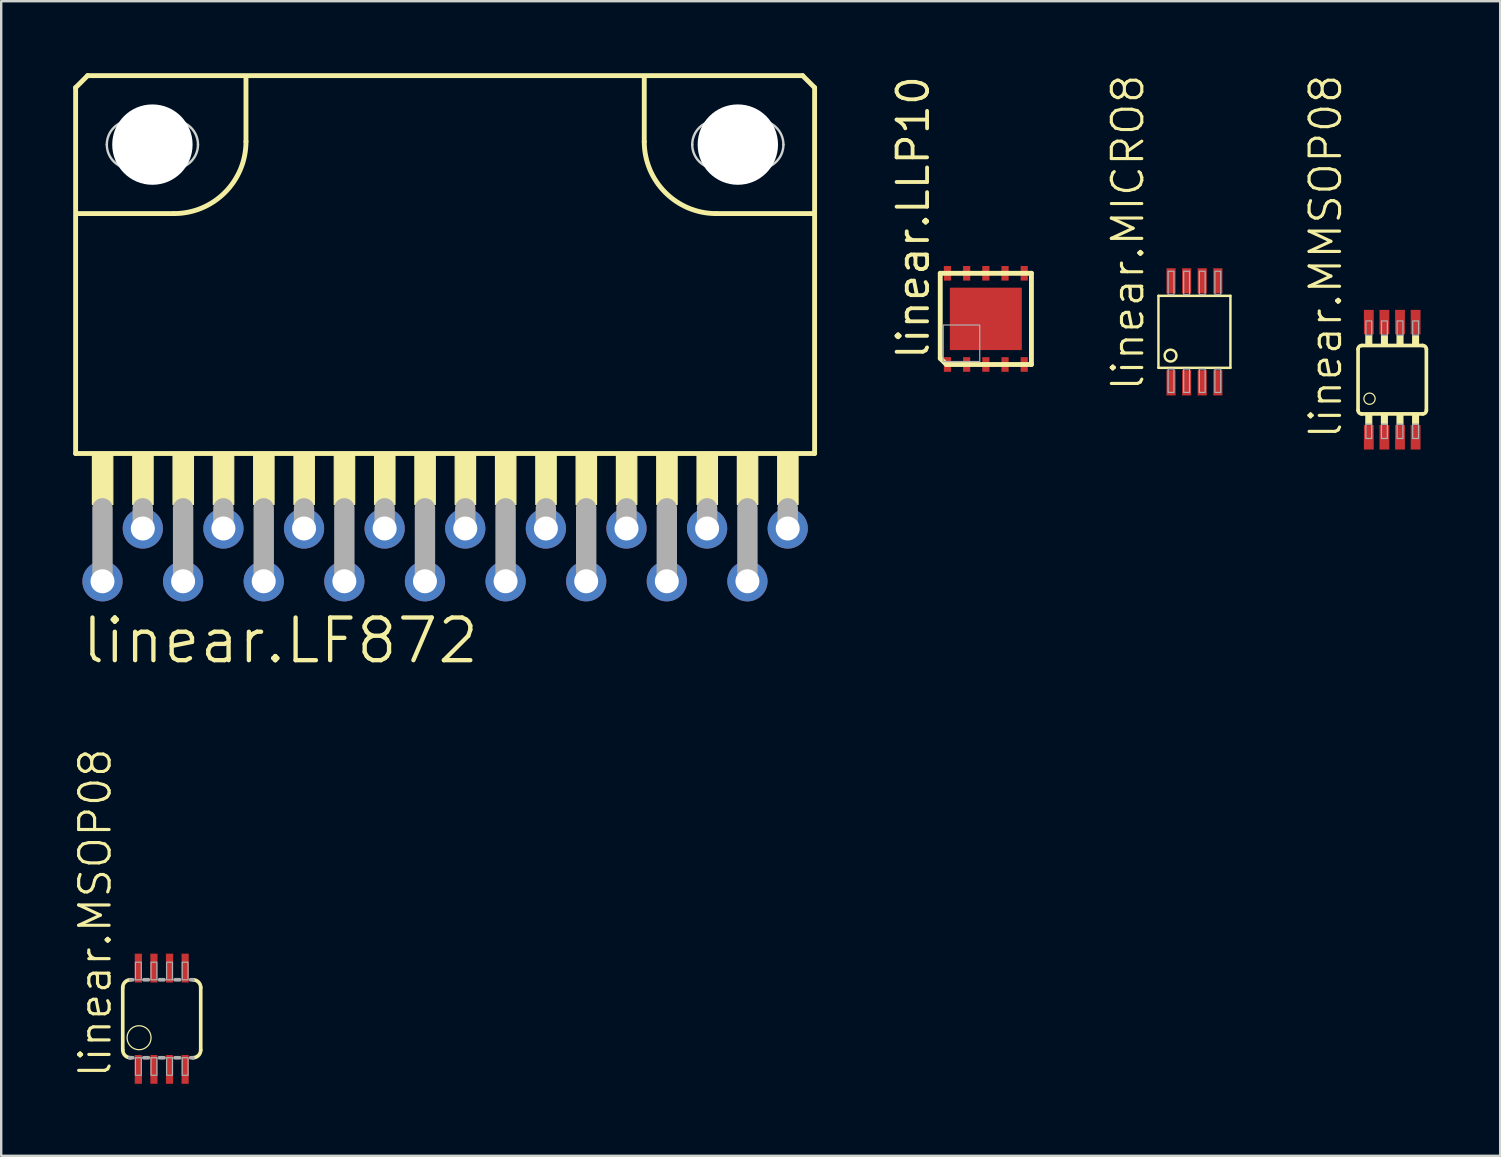
<source format=kicad_pcb>
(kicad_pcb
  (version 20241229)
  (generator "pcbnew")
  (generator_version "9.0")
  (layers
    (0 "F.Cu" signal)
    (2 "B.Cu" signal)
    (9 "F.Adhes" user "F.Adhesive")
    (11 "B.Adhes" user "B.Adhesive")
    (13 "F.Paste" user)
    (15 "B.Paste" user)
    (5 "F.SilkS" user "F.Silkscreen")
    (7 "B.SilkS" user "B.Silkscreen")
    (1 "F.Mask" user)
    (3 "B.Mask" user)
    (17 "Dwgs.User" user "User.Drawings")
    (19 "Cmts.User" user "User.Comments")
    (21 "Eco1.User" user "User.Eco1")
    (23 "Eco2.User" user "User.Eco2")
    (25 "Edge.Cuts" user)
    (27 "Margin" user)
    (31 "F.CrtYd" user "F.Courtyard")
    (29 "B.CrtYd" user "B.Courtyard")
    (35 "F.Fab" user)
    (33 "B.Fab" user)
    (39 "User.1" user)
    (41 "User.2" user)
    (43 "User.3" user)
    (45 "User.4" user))
  (footprint "linear.MICRO8"
    (layer "F.Cu")
    (at 46.733 10.78)
    (property "Reference" "linear.MICRO8" (at -2.032 2.54 90) (layer "F.SilkS") (effects (font (size 1.27 1.27) (thickness 0.13)) (justify left bottom)))
    (attr smd)
    (fp_line (start -1.5 -1.5) (end 1.5 -1.5) (stroke (width 0.102) (type default)) (layer "F.SilkS"))
    (fp_line (start -1.5 1.5) (end -1.5 -1.5) (stroke (width 0.102) (type default)) (layer "F.SilkS"))
    (fp_line (start 1.5 -1.5) (end 1.5 1.5) (stroke (width 0.102) (type default)) (layer "F.SilkS"))
    (fp_line (start 1.5 1.5) (end -1.5 1.5) (stroke (width 0.102) (type default)) (layer "F.SilkS"))
    (fp_circle (center -0.996 0.991) (end -0.75 0.991) (stroke (width 0.102) (type default)) (fill no) (layer "F.SilkS"))
    (fp_rect (start -1.097 -1.55) (end -0.854 -2.525) (stroke (width 0.05) (type default)) (fill no) (layer "F.Fab"))
    (fp_rect (start -1.097 2.525) (end -0.854 1.55) (stroke (width 0.05) (type default)) (fill no) (layer "F.Fab"))
    (fp_rect (start -0.448 -1.55) (end -0.204 -2.525) (stroke (width 0.05) (type default)) (fill no) (layer "F.Fab"))
    (fp_rect (start -0.448 2.525) (end -0.204 1.55) (stroke (width 0.05) (type default)) (fill no) (layer "F.Fab"))
    (fp_rect (start 0.203 -1.55) (end 0.446 -2.525) (stroke (width 0.05) (type default)) (fill no) (layer "F.Fab"))
    (fp_rect (start 0.203 2.525) (end 0.446 1.55) (stroke (width 0.05) (type default)) (fill no) (layer "F.Fab"))
    (fp_rect (start 0.853 -1.55) (end 1.096 -2.525) (stroke (width 0.05) (type default)) (fill no) (layer "F.Fab"))
    (fp_rect (start 0.853 2.525) (end 1.096 1.55) (stroke (width 0.05) (type default)) (fill no) (layer "F.Fab"))
    (pad "1" smd roundrect (at -0.975 2.125) (size 0.38 1.05) (layers "F.Cu" "F.Mask" "F.Paste") (roundrect_rratio 0.01))
    (pad "2" smd roundrect (at -0.325 2.125) (size 0.38 1.05) (layers "F.Cu" "F.Mask" "F.Paste") (roundrect_rratio 0.01))
    (pad "3" smd roundrect (at 0.325 2.125) (size 0.38 1.05) (layers "F.Cu" "F.Mask" "F.Paste") (roundrect_rratio 0.01))
    (pad "4" smd roundrect (at 0.975 2.125) (size 0.38 1.05) (layers "F.Cu" "F.Mask" "F.Paste") (roundrect_rratio 0.01))
    (pad "5" smd roundrect (at 0.975 -2.125) (size 0.38 1.05) (layers "F.Cu" "F.Mask" "F.Paste") (roundrect_rratio 0.01))
    (pad "6" smd roundrect (at 0.325 -2.125) (size 0.38 1.05) (layers "F.Cu" "F.Mask" "F.Paste") (roundrect_rratio 0.01))
    (pad "7" smd roundrect (at -0.325 -2.125) (size 0.38 1.05) (layers "F.Cu" "F.Mask" "F.Paste") (roundrect_rratio 0.01))
    (pad "8" smd roundrect (at -0.975 -2.125) (size 0.38 1.05) (layers "F.Cu" "F.Mask" "F.Paste") (roundrect_rratio 0.01)))
  (footprint "linear.LLP10"
    (layer "F.Cu")
    (at 38.039 10.241)
    (property "Reference" "linear.LLP10" (at -2.286 1.778 90) (layer "F.SilkS") (effects (font (size 1.27 1.27) (thickness 0.16)) (justify left bottom)))
    (attr smd)
    (fp_line (start -1.9 -1.9) (end 1.9 -1.9) (stroke (width 0.203) (type default)) (layer "F.SilkS"))
    (fp_line (start -1.9 1.646) (end -1.9 -1.9) (stroke (width 0.203) (type default)) (layer "F.SilkS"))
    (fp_line (start -1.646 1.9) (end -1.9 1.646) (stroke (width 0.203) (type default)) (layer "F.SilkS"))
    (fp_line (start 1.9 -1.9) (end 1.9 1.9) (stroke (width 0.203) (type default)) (layer "F.SilkS"))
    (fp_line (start 1.9 1.9) (end -1.646 1.9) (stroke (width 0.203) (type default)) (layer "F.SilkS"))
    (fp_rect (start -1.778 1.778) (end -0.254 0.254) (stroke (width 0.05) (type default)) (fill no) (layer "F.Fab"))
    (pad "1" smd roundrect (at -1.6 1.9) (size 0.3 0.61) (layers "F.Cu" "F.Mask" "F.Paste") (roundrect_rratio 0.01))
    (pad "2" smd roundrect (at -0.8 1.9) (size 0.3 0.61) (layers "F.Cu" "F.Mask" "F.Paste") (roundrect_rratio 0.01))
    (pad "3" smd roundrect (at 0 1.9) (size 0.3 0.61) (layers "F.Cu" "F.Mask" "F.Paste") (roundrect_rratio 0.01))
    (pad "4" smd roundrect (at 0.8 1.9) (size 0.3 0.61) (layers "F.Cu" "F.Mask" "F.Paste") (roundrect_rratio 0.01))
    (pad "5" smd roundrect (at 1.6 1.9) (size 0.3 0.61) (layers "F.Cu" "F.Mask" "F.Paste") (roundrect_rratio 0.01))
    (pad "6" smd roundrect (at 1.6 -1.9 180) (size 0.3 0.61) (layers "F.Cu" "F.Mask" "F.Paste") (roundrect_rratio 0.01))
    (pad "7" smd roundrect (at 0.8 -1.9 180) (size 0.3 0.61) (layers "F.Cu" "F.Mask" "F.Paste") (roundrect_rratio 0.01))
    (pad "8" smd roundrect (at 0 -1.9 180) (size 0.3 0.61) (layers "F.Cu" "F.Mask" "F.Paste") (roundrect_rratio 0.01))
    (pad "9" smd roundrect (at -0.8 -1.9 180) (size 0.3 0.61) (layers "F.Cu" "F.Mask" "F.Paste") (roundrect_rratio 0.01))
    (pad "10" smd roundrect (at -1.6 -1.9 180) (size 0.3 0.61) (layers "F.Cu" "F.Mask" "F.Paste") (roundrect_rratio 0.01))
    (pad "TH" smd roundrect (at 0 0) (size 3 2.6) (layers "F.Cu" "F.Mask" "F.Paste") (roundrect_rratio 0.01)))
  (footprint "linear.LF872"
    (layer "F.Cu")
    (at 15.502 18.977)
    (property "Reference" "linear.LF872" (at -15.24 5.715 0) (layer "F.SilkS") (effects (font (size 1.778 1.778) (thickness 0.18)) (justify left bottom)))
    (attr through_hole)
    (fp_line (start -15.4 -18.375) (end -15.4 -3.125) (stroke (width 0.203) (type default)) (layer "F.SilkS"))
    (fp_line (start -15.4 -3.125) (end 15.4 -3.125) (stroke (width 0.203) (type default)) (layer "F.SilkS"))
    (fp_line (start -14.9 -18.875) (end -15.4 -18.375) (stroke (width 0.203) (type default)) (layer "F.SilkS"))
    (fp_line (start -11.3 -13.125) (end -15.35 -13.125) (stroke (width 0.203) (type default)) (layer "F.SilkS"))
    (fp_line (start -8.3 -18.825) (end -8.3 -16.125) (stroke (width 0.203) (type default)) (layer "F.SilkS"))
    (fp_line (start 8.3 -18.775) (end 8.3 -16.125) (stroke (width 0.203) (type default)) (layer "F.SilkS"))
    (fp_line (start 11.3 -13.125) (end 15.35 -13.125) (stroke (width 0.203) (type default)) (layer "F.SilkS"))
    (fp_line (start 14.9 -18.875) (end -14.9 -18.875) (stroke (width 0.203) (type default)) (layer "F.SilkS"))
    (fp_line (start 15.4 -18.375) (end 14.9 -18.875) (stroke (width 0.203) (type default)) (layer "F.SilkS"))
    (fp_line (start 15.4 -3.125) (end 15.4 -18.375) (stroke (width 0.203) (type default)) (layer "F.SilkS"))
    (fp_rect (start -14.7 -1) (end -13.85 -3.05) (stroke (width 0.05) (type default)) (fill yes) (layer "F.SilkS"))
    (fp_rect (start -13.02 -1) (end -12.17 -3.05) (stroke (width 0.05) (type default)) (fill yes) (layer "F.SilkS"))
    (fp_rect (start -11.34 -1) (end -10.49 -3.05) (stroke (width 0.05) (type default)) (fill yes) (layer "F.SilkS"))
    (fp_rect (start -9.66 -1) (end -8.81 -3.05) (stroke (width 0.05) (type default)) (fill yes) (layer "F.SilkS"))
    (fp_rect (start -7.98 -1) (end -7.13 -3.05) (stroke (width 0.05) (type default)) (fill yes) (layer "F.SilkS"))
    (fp_rect (start -6.3 -1) (end -5.45 -3.05) (stroke (width 0.05) (type default)) (fill yes) (layer "F.SilkS"))
    (fp_rect (start -4.62 -1) (end -3.77 -3.05) (stroke (width 0.05) (type default)) (fill yes) (layer "F.SilkS"))
    (fp_rect (start -2.94 -1) (end -2.09 -3.05) (stroke (width 0.05) (type default)) (fill yes) (layer "F.SilkS"))
    (fp_rect (start -1.26 -1) (end -0.41 -3.05) (stroke (width 0.05) (type default)) (fill yes) (layer "F.SilkS"))
    (fp_rect (start 0.42 -1) (end 1.27 -3.05) (stroke (width 0.05) (type default)) (fill yes) (layer "F.SilkS"))
    (fp_rect (start 2.1 -1) (end 2.95 -3.05) (stroke (width 0.05) (type default)) (fill yes) (layer "F.SilkS"))
    (fp_rect (start 3.78 -1) (end 4.63 -3.05) (stroke (width 0.05) (type default)) (fill yes) (layer "F.SilkS"))
    (fp_rect (start 5.46 -1) (end 6.31 -3.05) (stroke (width 0.05) (type default)) (fill yes) (layer "F.SilkS"))
    (fp_rect (start 7.14 -1) (end 7.99 -3.05) (stroke (width 0.05) (type default)) (fill yes) (layer "F.SilkS"))
    (fp_rect (start 8.82 -1) (end 9.67 -3.05) (stroke (width 0.05) (type default)) (fill yes) (layer "F.SilkS"))
    (fp_rect (start 10.5 -1) (end 11.35 -3.05) (stroke (width 0.05) (type default)) (fill yes) (layer "F.SilkS"))
    (fp_rect (start 12.18 -1) (end 13.03 -3.05) (stroke (width 0.05) (type default)) (fill yes) (layer "F.SilkS"))
    (fp_rect (start 13.86 -1) (end 14.71 -3.05) (stroke (width 0.05) (type default)) (fill yes) (layer "F.SilkS"))
    (fp_arc (start -8.3 -16.125) (mid -9.17868 -14.00368) (end -11.3 -13.125) (stroke (width 0.2032) (type default)) (layer "F.SilkS"))
    (fp_arc (start 11.3 -13.125) (mid 9.17868 -14.00368) (end 8.3 -16.125) (stroke (width 0.2032) (type default)) (layer "F.SilkS"))
    (fp_line (start -13.1 -15) (end -11.3 -15) (stroke (width 0.1) (type default)) (layer "Edge.Cuts"))
    (fp_line (start -11.3 -17) (end -13.1 -17) (stroke (width 0.1) (type default)) (layer "Edge.Cuts"))
    (fp_line (start 11.3 -17) (end 13.1 -17) (stroke (width 0.1) (type default)) (layer "Edge.Cuts"))
    (fp_line (start 13.1 -15) (end 11.3 -15) (stroke (width 0.1) (type default)) (layer "Edge.Cuts"))
    (fp_arc (start -14.1 -16) (mid -13.807107 -16.707107) (end -13.1 -17) (stroke (width 0.1) (type default)) (layer "Edge.Cuts"))
    (fp_arc (start -13.1 -15) (mid -13.807107 -15.292893) (end -14.1 -16) (stroke (width 0.1) (type default)) (layer "Edge.Cuts"))
    (fp_arc (start -11.3 -17) (mid -10.592893 -16.707107) (end -10.3 -16) (stroke (width 0.1) (type default)) (layer "Edge.Cuts"))
    (fp_arc (start -10.3 -16) (mid -10.592893 -15.292893) (end -11.3 -15) (stroke (width 0.1) (type default)) (layer "Edge.Cuts"))
    (fp_arc (start 10.3 -16) (mid 10.592893 -16.707107) (end 11.3 -17) (stroke (width 0.1) (type default)) (layer "Edge.Cuts"))
    (fp_arc (start 11.3 -15) (mid 10.592893 -15.292893) (end 10.3 -16) (stroke (width 0.1) (type default)) (layer "Edge.Cuts"))
    (fp_arc (start 13.1 -17) (mid 13.807107 -16.707107) (end 14.1 -16) (stroke (width 0.1) (type default)) (layer "Edge.Cuts"))
    (fp_arc (start 14.1 -16) (mid 13.807107 -15.292893) (end 13.1 -15) (stroke (width 0.1) (type default)) (layer "Edge.Cuts"))
    (fp_line (start -14.28 -0.84) (end -14.28 2.17) (stroke (width 0.85) (type default)) (layer "F.Fab"))
    (fp_line (start -12.6 -0.84) (end -12.6 0) (stroke (width 0.85) (type default)) (layer "F.Fab"))
    (fp_line (start -10.92 -0.84) (end -10.92 2.17) (stroke (width 0.85) (type default)) (layer "F.Fab"))
    (fp_line (start -9.24 -0.84) (end -9.24 0) (stroke (width 0.85) (type default)) (layer "F.Fab"))
    (fp_line (start -7.56 -0.84) (end -7.56 2.17) (stroke (width 0.85) (type default)) (layer "F.Fab"))
    (fp_line (start -5.88 -0.84) (end -5.88 0) (stroke (width 0.85) (type default)) (layer "F.Fab"))
    (fp_line (start -4.2 -0.84) (end -4.2 2.17) (stroke (width 0.85) (type default)) (layer "F.Fab"))
    (fp_line (start -2.52 -0.84) (end -2.52 0) (stroke (width 0.85) (type default)) (layer "F.Fab"))
    (fp_line (start -0.84 -0.84) (end -0.84 2.17) (stroke (width 0.85) (type default)) (layer "F.Fab"))
    (fp_line (start 0.84 -0.84) (end 0.84 0) (stroke (width 0.85) (type default)) (layer "F.Fab"))
    (fp_line (start 2.52 -0.84) (end 2.52 2.17) (stroke (width 0.85) (type default)) (layer "F.Fab"))
    (fp_line (start 4.2 -0.84) (end 4.2 0) (stroke (width 0.85) (type default)) (layer "F.Fab"))
    (fp_line (start 5.88 -0.84) (end 5.88 2.17) (stroke (width 0.85) (type default)) (layer "F.Fab"))
    (fp_line (start 7.56 -0.84) (end 7.56 0) (stroke (width 0.85) (type default)) (layer "F.Fab"))
    (fp_line (start 9.24 -0.84) (end 9.24 2.17) (stroke (width 0.85) (type default)) (layer "F.Fab"))
    (fp_line (start 10.92 -0.84) (end 10.92 0) (stroke (width 0.85) (type default)) (layer "F.Fab"))
    (fp_line (start 12.6 -0.84) (end 12.6 2.17) (stroke (width 0.85) (type default)) (layer "F.Fab"))
    (fp_line (start 14.28 -0.84) (end 14.28 0) (stroke (width 0.85) (type default)) (layer "F.Fab"))
    (pad "" np_thru_hole circle (at -12.2 -16) (size 3.35 3.35) (drill 3.35) (layers "*.Cu" "*.Mask"))
    (pad "" np_thru_hole circle (at 12.2 -16) (size 3.35 3.35) (drill 3.35) (layers "*.Cu" "*.Mask"))
    (pad "1" thru_hole circle (at -14.28 2.2 90) (size 1.676 1.676) (drill 1) (layers "*.Cu" "*.Mask"))
    (pad "2" thru_hole circle (at -12.6 0 90) (size 1.676 1.676) (drill 1) (layers "*.Cu" "*.Mask"))
    (pad "3" thru_hole circle (at -10.92 2.2 90) (size 1.676 1.676) (drill 1) (layers "*.Cu" "*.Mask"))
    (pad "4" thru_hole circle (at -9.24 0 90) (size 1.676 1.676) (drill 1) (layers "*.Cu" "*.Mask"))
    (pad "5" thru_hole circle (at -7.56 2.2 90) (size 1.676 1.676) (drill 1) (layers "*.Cu" "*.Mask"))
    (pad "6" thru_hole circle (at -5.88 0 90) (size 1.676 1.676) (drill 1) (layers "*.Cu" "*.Mask"))
    (pad "7" thru_hole circle (at -4.2 2.2 90) (size 1.676 1.676) (drill 1) (layers "*.Cu" "*.Mask"))
    (pad "8" thru_hole circle (at -2.52 0 90) (size 1.676 1.676) (drill 1) (layers "*.Cu" "*.Mask"))
    (pad "9" thru_hole circle (at -0.84 2.2 90) (size 1.676 1.676) (drill 1) (layers "*.Cu" "*.Mask"))
    (pad "10" thru_hole circle (at 0.84 0 90) (size 1.676 1.676) (drill 1) (layers "*.Cu" "*.Mask"))
    (pad "11" thru_hole circle (at 2.52 2.2 90) (size 1.676 1.676) (drill 1) (layers "*.Cu" "*.Mask"))
    (pad "12" thru_hole circle (at 4.2 0 90) (size 1.676 1.676) (drill 1) (layers "*.Cu" "*.Mask"))
    (pad "13" thru_hole circle (at 5.88 2.2 90) (size 1.676 1.676) (drill 1) (layers "*.Cu" "*.Mask"))
    (pad "14" thru_hole circle (at 7.56 0 90) (size 1.676 1.676) (drill 1) (layers "*.Cu" "*.Mask"))
    (pad "15" thru_hole circle (at 9.24 2.2 90) (size 1.676 1.676) (drill 1) (layers "*.Cu" "*.Mask"))
    (pad "16" thru_hole circle (at 10.92 0 90) (size 1.676 1.676) (drill 1) (layers "*.Cu" "*.Mask"))
    (pad "17" thru_hole circle (at 12.6 2.2 90) (size 1.676 1.676) (drill 1) (layers "*.Cu" "*.Mask"))
    (pad "18" thru_hole circle (at 14.28 0 90) (size 1.676 1.676) (drill 1) (layers "*.Cu" "*.Mask")))
  (footprint "linear.MSOP08"
    (layer "F.Cu")
    (at 3.692 39.41)
    (property "Reference" "linear.MSOP08" (at -2.032 2.54 90) (layer "F.SilkS") (effects (font (size 1.27 1.27) (thickness 0.13)) (justify left bottom)))
    (attr smd)
    (fp_line (start -1.626 1.301) (end -1.626 -1.299) (stroke (width 0.152) (type default)) (layer "F.SilkS"))
    (fp_line (start 1.624 -1.299) (end 1.624 1.301) (stroke (width 0.152) (type default)) (layer "F.SilkS"))
    (fp_arc (start -1.626 -1.299) (mid -1.53081 -1.52881) (end -1.301 -1.624) (stroke (width 0.1524) (type default)) (layer "F.SilkS"))
    (fp_arc (start -1.301 1.626) (mid -1.53081 1.53081) (end -1.626 1.301) (stroke (width 0.1524) (type default)) (layer "F.SilkS"))
    (fp_arc (start 1.299 -1.624) (mid 1.52881 -1.52881) (end 1.624 -1.299) (stroke (width 0.1524) (type default)) (layer "F.SilkS"))
    (fp_arc (start 1.624 1.301) (mid 1.52881 1.53081) (end 1.299 1.626) (stroke (width 0.1524) (type default)) (layer "F.SilkS"))
    (fp_circle (center -0.946 0.791) (end -0.446 0.791) (stroke (width 0.051) (type default)) (fill no) (layer "F.SilkS"))
    (fp_line (start -1.341 1.626) (end -1.204 1.626) (stroke (width 0.152) (type default)) (layer "F.Fab"))
    (fp_line (start -1.301 -1.624) (end -1.204 -1.624) (stroke (width 0.152) (type default)) (layer "F.Fab"))
    (fp_line (start -0.747 -1.624) (end -0.554 -1.624) (stroke (width 0.152) (type default)) (layer "F.Fab"))
    (fp_line (start -0.747 1.626) (end -0.554 1.626) (stroke (width 0.152) (type default)) (layer "F.Fab"))
    (fp_line (start -0.097 -1.624) (end 0.096 -1.624) (stroke (width 0.152) (type default)) (layer "F.Fab"))
    (fp_line (start -0.097 1.626) (end 0.096 1.626) (stroke (width 0.152) (type default)) (layer "F.Fab"))
    (fp_line (start 0.553 -1.624) (end 0.746 -1.624) (stroke (width 0.152) (type default)) (layer "F.Fab"))
    (fp_line (start 0.553 1.626) (end 0.746 1.626) (stroke (width 0.152) (type default)) (layer "F.Fab"))
    (fp_line (start 1.203 -1.624) (end 1.299 -1.624) (stroke (width 0.152) (type default)) (layer "F.Fab"))
    (fp_line (start 1.203 1.626) (end 1.299 1.626) (stroke (width 0.152) (type default)) (layer "F.Fab"))
    (fp_rect (start -1.097 -1.624) (end -0.854 -2.356) (stroke (width 0.05) (type default)) (fill no) (layer "F.Fab"))
    (fp_rect (start -1.097 2.357) (end -0.854 1.626) (stroke (width 0.05) (type default)) (fill no) (layer "F.Fab"))
    (fp_rect (start -0.448 -1.624) (end -0.204 -2.356) (stroke (width 0.05) (type default)) (fill no) (layer "F.Fab"))
    (fp_rect (start -0.448 2.357) (end -0.204 1.626) (stroke (width 0.05) (type default)) (fill no) (layer "F.Fab"))
    (fp_rect (start 0.203 -1.624) (end 0.446 -2.356) (stroke (width 0.05) (type default)) (fill no) (layer "F.Fab"))
    (fp_rect (start 0.203 2.357) (end 0.446 1.626) (stroke (width 0.05) (type default)) (fill no) (layer "F.Fab"))
    (fp_rect (start 0.853 -1.624) (end 1.096 -2.356) (stroke (width 0.05) (type default)) (fill no) (layer "F.Fab"))
    (fp_rect (start 0.853 2.357) (end 1.096 1.626) (stroke (width 0.05) (type default)) (fill no) (layer "F.Fab"))
    (pad "1" smd roundrect (at -0.976 2.113) (size 0.3 1.2) (layers "F.Cu" "F.Mask" "F.Paste") (roundrect_rratio 0.01))
    (pad "2" smd roundrect (at -0.326 2.113) (size 0.3 1.2) (layers "F.Cu" "F.Mask" "F.Paste") (roundrect_rratio 0.01))
    (pad "3" smd roundrect (at 0.324 2.113) (size 0.3 1.2) (layers "F.Cu" "F.Mask" "F.Paste") (roundrect_rratio 0.01))
    (pad "4" smd roundrect (at 0.974 2.113) (size 0.3 1.2) (layers "F.Cu" "F.Mask" "F.Paste") (roundrect_rratio 0.01))
    (pad "5" smd roundrect (at 0.974 -2.112) (size 0.3 1.2) (layers "F.Cu" "F.Mask" "F.Paste") (roundrect_rratio 0.01))
    (pad "6" smd roundrect (at 0.324 -2.112) (size 0.3 1.2) (layers "F.Cu" "F.Mask" "F.Paste") (roundrect_rratio 0.01))
    (pad "7" smd roundrect (at -0.326 -2.112) (size 0.3 1.2) (layers "F.Cu" "F.Mask" "F.Paste") (roundrect_rratio 0.01))
    (pad "8" smd roundrect (at -0.976 -2.112) (size 0.3 1.2) (layers "F.Cu" "F.Mask" "F.Paste") (roundrect_rratio 0.01)))
  (footprint "linear.MMSOP08"
    (layer "F.Cu")
    (at 54.976 12.776)
    (property "Reference" "linear.MMSOP08" (at -2.032 2.54 90) (layer "F.SilkS") (effects (font (size 1.27 1.27) (thickness 0.13)) (justify left bottom)))
    (attr smd)
    (fp_line (start -1.424 1.274) (end -1.424 -1.276) (stroke (width 0.152) (type default)) (layer "F.SilkS"))
    (fp_line (start -1.275 -1.425) (end 1.275 -1.425) (stroke (width 0.152) (type default)) (layer "F.SilkS"))
    (fp_line (start 1.275 1.425) (end -1.275 1.425) (stroke (width 0.152) (type default)) (layer "F.SilkS"))
    (fp_line (start 1.424 -1.274) (end 1.424 1.276) (stroke (width 0.152) (type default)) (layer "F.SilkS"))
    (fp_rect (start -1.097 1.85) (end -0.854 1.426) (stroke (width 0.05) (type default)) (fill yes) (layer "F.SilkS"))
    (fp_rect (start -1.096 -1.426) (end -0.853 -1.85) (stroke (width 0.05) (type default)) (fill yes) (layer "F.SilkS"))
    (fp_rect (start -0.448 1.85) (end -0.204 1.426) (stroke (width 0.05) (type default)) (fill yes) (layer "F.SilkS"))
    (fp_rect (start -0.446 -1.426) (end -0.203 -1.85) (stroke (width 0.05) (type default)) (fill yes) (layer "F.SilkS"))
    (fp_rect (start 0.203 1.85) (end 0.446 1.426) (stroke (width 0.05) (type default)) (fill yes) (layer "F.SilkS"))
    (fp_rect (start 0.204 -1.426) (end 0.448 -1.85) (stroke (width 0.05) (type default)) (fill yes) (layer "F.SilkS"))
    (fp_rect (start 0.853 1.85) (end 1.096 1.426) (stroke (width 0.05) (type default)) (fill yes) (layer "F.SilkS"))
    (fp_rect (start 0.854 -1.426) (end 1.097 -1.85) (stroke (width 0.05) (type default)) (fill yes) (layer "F.SilkS"))
    (fp_arc (start -1.424 -1.276) (mid -1.380359 -1.381359) (end -1.275 -1.425) (stroke (width 0.1524) (type default)) (layer "F.SilkS"))
    (fp_arc (start -1.275 1.425) (mid -1.380773 1.380359) (end -1.424 1.274) (stroke (width 0.1524) (type default)) (layer "F.SilkS"))
    (fp_arc (start 1.275 -1.425) (mid 1.380773 -1.380359) (end 1.424 -1.274) (stroke (width 0.1524) (type default)) (layer "F.SilkS"))
    (fp_arc (start 1.424 1.276) (mid 1.380359 1.381359) (end 1.275 1.425) (stroke (width 0.1524) (type default)) (layer "F.SilkS"))
    (fp_circle (center -0.946 0.791) (end -0.712 0.791) (stroke (width 0.051) (type default)) (fill no) (layer "F.SilkS"))
    (fp_rect (start -1.097 2.45) (end -0.854 1.85) (stroke (width 0.05) (type default)) (fill no) (layer "F.Fab"))
    (fp_rect (start -1.096 -1.85) (end -0.853 -2.45) (stroke (width 0.05) (type default)) (fill no) (layer "F.Fab"))
    (fp_rect (start -0.448 2.45) (end -0.204 1.85) (stroke (width 0.05) (type default)) (fill no) (layer "F.Fab"))
    (fp_rect (start -0.446 -1.85) (end -0.203 -2.45) (stroke (width 0.05) (type default)) (fill no) (layer "F.Fab"))
    (fp_rect (start 0.203 2.45) (end 0.446 1.85) (stroke (width 0.05) (type default)) (fill no) (layer "F.Fab"))
    (fp_rect (start 0.204 -1.85) (end 0.448 -2.45) (stroke (width 0.05) (type default)) (fill no) (layer "F.Fab"))
    (fp_rect (start 0.853 2.45) (end 1.096 1.85) (stroke (width 0.05) (type default)) (fill no) (layer "F.Fab"))
    (fp_rect (start 0.854 -1.85) (end 1.097 -2.45) (stroke (width 0.05) (type default)) (fill no) (layer "F.Fab"))
    (pad "1" smd roundrect (at -0.975 2.4) (size 0.41 1.02) (layers "F.Cu" "F.Mask" "F.Paste") (roundrect_rratio 0.01))
    (pad "2" smd roundrect (at -0.325 2.4) (size 0.41 1.02) (layers "F.Cu" "F.Mask" "F.Paste") (roundrect_rratio 0.01))
    (pad "3" smd roundrect (at 0.325 2.4) (size 0.41 1.02) (layers "F.Cu" "F.Mask" "F.Paste") (roundrect_rratio 0.01))
    (pad "4" smd roundrect (at 0.975 2.4) (size 0.41 1.02) (layers "F.Cu" "F.Mask" "F.Paste") (roundrect_rratio 0.01))
    (pad "5" smd roundrect (at 0.975 -2.4) (size 0.41 1.02) (layers "F.Cu" "F.Mask" "F.Paste") (roundrect_rratio 0.01))
    (pad "6" smd roundrect (at 0.325 -2.4) (size 0.41 1.02) (layers "F.Cu" "F.Mask" "F.Paste") (roundrect_rratio 0.01))
    (pad "7" smd roundrect (at -0.325 -2.4) (size 0.41 1.02) (layers "F.Cu" "F.Mask" "F.Paste") (roundrect_rratio 0.01))
    (pad "8" smd roundrect (at -0.975 -2.4) (size 0.41 1.02) (layers "F.Cu" "F.Mask" "F.Paste") (roundrect_rratio 0.01)))
  (gr_rect
    (start -3 -3)
    (end 59.476 45.123)
    (stroke (width 0.1) (type default))
    (fill no)
    (layer "Edge.Cuts")))
</source>
